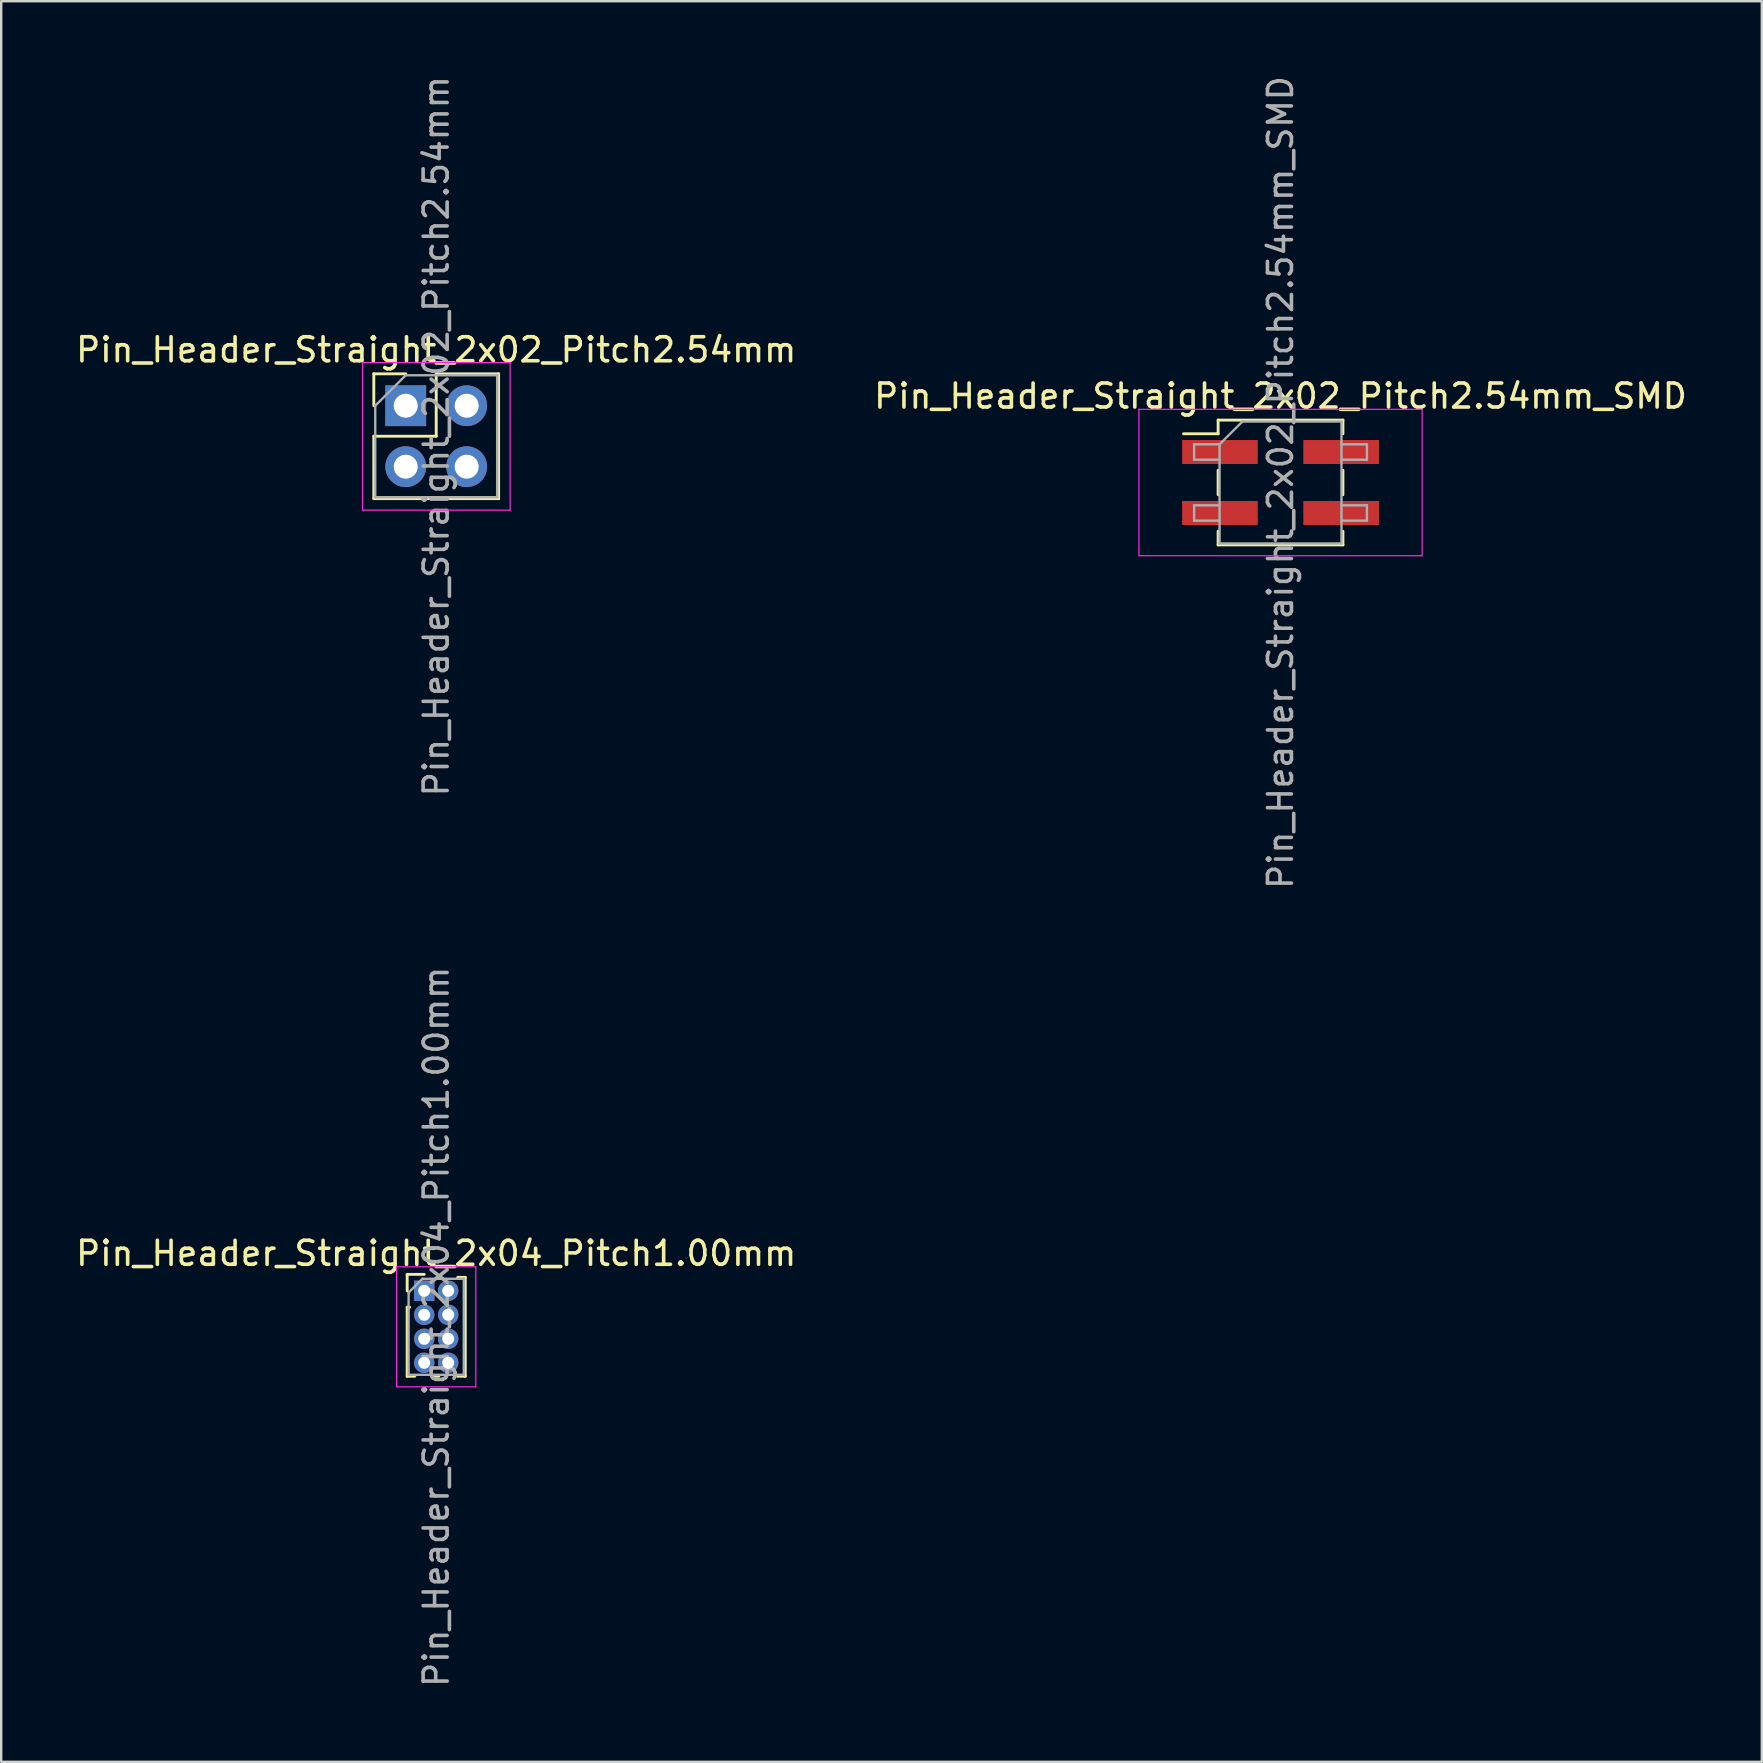
<source format=kicad_pcb>
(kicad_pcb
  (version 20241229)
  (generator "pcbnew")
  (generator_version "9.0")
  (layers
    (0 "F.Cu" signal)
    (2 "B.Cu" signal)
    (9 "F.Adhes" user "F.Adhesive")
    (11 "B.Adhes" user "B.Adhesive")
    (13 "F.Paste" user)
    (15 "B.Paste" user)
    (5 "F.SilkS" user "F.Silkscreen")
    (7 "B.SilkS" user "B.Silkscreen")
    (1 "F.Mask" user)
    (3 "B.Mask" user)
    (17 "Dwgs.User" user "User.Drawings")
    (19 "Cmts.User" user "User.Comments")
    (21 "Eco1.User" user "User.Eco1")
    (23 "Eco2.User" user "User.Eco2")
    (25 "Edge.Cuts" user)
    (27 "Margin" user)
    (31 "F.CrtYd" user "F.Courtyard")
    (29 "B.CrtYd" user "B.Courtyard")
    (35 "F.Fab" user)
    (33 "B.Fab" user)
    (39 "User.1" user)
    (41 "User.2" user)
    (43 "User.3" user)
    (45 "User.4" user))
  (footprint "Pin_Header_Straight_2x02_Pitch2.54mm"
    (layer "F.Cu")
    (at 13.855 13.855)
    (property "Reference" "Pin_Header_Straight_2x02_Pitch2.54mm" (at 1.27 -2.33 0) (layer "F.SilkS") (effects (font (size 1 1) (thickness 0.15))))
    (attr through_hole)
    (fp_line (start -1.33 -1.33) (end 0 -1.33) (stroke (width 0.12) (type solid)) (layer "F.SilkS"))
    (fp_line (start -1.33 0) (end -1.33 -1.33) (stroke (width 0.12) (type solid)) (layer "F.SilkS"))
    (fp_line (start -1.33 1.27) (end -1.33 3.87) (stroke (width 0.12) (type solid)) (layer "F.SilkS"))
    (fp_line (start -1.33 1.27) (end 1.27 1.27) (stroke (width 0.12) (type solid)) (layer "F.SilkS"))
    (fp_line (start -1.33 3.87) (end 3.87 3.87) (stroke (width 0.12) (type solid)) (layer "F.SilkS"))
    (fp_line (start 1.27 -1.33) (end 3.87 -1.33) (stroke (width 0.12) (type solid)) (layer "F.SilkS"))
    (fp_line (start 1.27 1.27) (end 1.27 -1.33) (stroke (width 0.12) (type solid)) (layer "F.SilkS"))
    (fp_line (start 3.87 -1.33) (end 3.87 3.87) (stroke (width 0.12) (type solid)) (layer "F.SilkS"))
    (fp_line (start -1.8 -1.8) (end -1.8 4.35) (stroke (width 0.05) (type solid)) (layer "F.CrtYd"))
    (fp_line (start -1.8 4.35) (end 4.35 4.35) (stroke (width 0.05) (type solid)) (layer "F.CrtYd"))
    (fp_line (start 4.35 -1.8) (end -1.8 -1.8) (stroke (width 0.05) (type solid)) (layer "F.CrtYd"))
    (fp_line (start 4.35 4.35) (end 4.35 -1.8) (stroke (width 0.05) (type solid)) (layer "F.CrtYd"))
    (fp_line (start -1.27 0) (end 0 -1.27) (stroke (width 0.1) (type solid)) (layer "F.Fab"))
    (fp_line (start -1.27 3.81) (end -1.27 0) (stroke (width 0.1) (type solid)) (layer "F.Fab"))
    (fp_line (start 0 -1.27) (end 3.81 -1.27) (stroke (width 0.1) (type solid)) (layer "F.Fab"))
    (fp_line (start 3.81 -1.27) (end 3.81 3.81) (stroke (width 0.1) (type solid)) (layer "F.Fab"))
    (fp_line (start 3.81 3.81) (end -1.27 3.81) (stroke (width 0.1) (type solid)) (layer "F.Fab"))
    (fp_text user "${REFERENCE}" (at 1.27 1.27 90) (layer "F.Fab") (effects (font (size 1 1) (thickness 0.15))))
    (pad "1" thru_hole rect (at 0 0) (size 1.7 1.7) (drill 1) (layers "*.Cu" "*.Mask"))
    (pad "2" thru_hole oval (at 2.54 0) (size 1.7 1.7) (drill 1) (layers "*.Cu" "*.Mask"))
    (pad "3" thru_hole oval (at 0 2.54) (size 1.7 1.7) (drill 1) (layers "*.Cu" "*.Mask"))
    (pad "4" thru_hole oval (at 2.54 2.54) (size 1.7 1.7) (drill 1) (layers "*.Cu" "*.Mask")))
  (footprint "Pin_Header_Straight_2x02_Pitch2.54mm_SMD"
    (layer "F.Cu")
    (at 50.304 17.054)
    (property "Reference" "Pin_Header_Straight_2x02_Pitch2.54mm_SMD" (at 0 -3.6 0) (layer "F.SilkS") (effects (font (size 1 1) (thickness 0.15))))
    (attr smd)
    (fp_line (start -4.04 -2.03) (end -2.6 -2.03) (stroke (width 0.12) (type solid)) (layer "F.SilkS"))
    (fp_line (start -2.6 -2.6) (end -2.6 -2.03) (stroke (width 0.12) (type solid)) (layer "F.SilkS"))
    (fp_line (start -2.6 -2.6) (end 2.6 -2.6) (stroke (width 0.12) (type solid)) (layer "F.SilkS"))
    (fp_line (start -2.6 -0.51) (end -2.6 0.51) (stroke (width 0.12) (type solid)) (layer "F.SilkS"))
    (fp_line (start -2.6 2.03) (end -2.6 2.6) (stroke (width 0.12) (type solid)) (layer "F.SilkS"))
    (fp_line (start -2.6 2.6) (end 2.6 2.6) (stroke (width 0.12) (type solid)) (layer "F.SilkS"))
    (fp_line (start 2.6 -2.6) (end 2.6 -2.03) (stroke (width 0.12) (type solid)) (layer "F.SilkS"))
    (fp_line (start 2.6 -0.51) (end 2.6 0.51) (stroke (width 0.12) (type solid)) (layer "F.SilkS"))
    (fp_line (start 2.6 2.03) (end 2.6 2.6) (stroke (width 0.12) (type solid)) (layer "F.SilkS"))
    (fp_line (start -5.9 -3.05) (end -5.9 3.05) (stroke (width 0.05) (type solid)) (layer "F.CrtYd"))
    (fp_line (start -5.9 3.05) (end 5.9 3.05) (stroke (width 0.05) (type solid)) (layer "F.CrtYd"))
    (fp_line (start 5.9 -3.05) (end -5.9 -3.05) (stroke (width 0.05) (type solid)) (layer "F.CrtYd"))
    (fp_line (start 5.9 3.05) (end 5.9 -3.05) (stroke (width 0.05) (type solid)) (layer "F.CrtYd"))
    (fp_line (start -3.6 -1.59) (end -3.6 -0.95) (stroke (width 0.1) (type solid)) (layer "F.Fab"))
    (fp_line (start -3.6 -0.95) (end -2.54 -0.95) (stroke (width 0.1) (type solid)) (layer "F.Fab"))
    (fp_line (start -3.6 0.95) (end -3.6 1.59) (stroke (width 0.1) (type solid)) (layer "F.Fab"))
    (fp_line (start -3.6 1.59) (end -2.54 1.59) (stroke (width 0.1) (type solid)) (layer "F.Fab"))
    (fp_line (start -2.54 -1.59) (end -3.6 -1.59) (stroke (width 0.1) (type solid)) (layer "F.Fab"))
    (fp_line (start -2.54 -1.59) (end -1.59 -2.54) (stroke (width 0.1) (type solid)) (layer "F.Fab"))
    (fp_line (start -2.54 0.95) (end -3.6 0.95) (stroke (width 0.1) (type solid)) (layer "F.Fab"))
    (fp_line (start -2.54 2.54) (end -2.54 -1.59) (stroke (width 0.1) (type solid)) (layer "F.Fab"))
    (fp_line (start -1.59 -2.54) (end 2.54 -2.54) (stroke (width 0.1) (type solid)) (layer "F.Fab"))
    (fp_line (start 2.54 -2.54) (end 2.54 2.54) (stroke (width 0.1) (type solid)) (layer "F.Fab"))
    (fp_line (start 2.54 -1.59) (end 3.6 -1.59) (stroke (width 0.1) (type solid)) (layer "F.Fab"))
    (fp_line (start 2.54 0.95) (end 3.6 0.95) (stroke (width 0.1) (type solid)) (layer "F.Fab"))
    (fp_line (start 2.54 2.54) (end -2.54 2.54) (stroke (width 0.1) (type solid)) (layer "F.Fab"))
    (fp_line (start 3.6 -1.59) (end 3.6 -0.95) (stroke (width 0.1) (type solid)) (layer "F.Fab"))
    (fp_line (start 3.6 -0.95) (end 2.54 -0.95) (stroke (width 0.1) (type solid)) (layer "F.Fab"))
    (fp_line (start 3.6 0.95) (end 3.6 1.59) (stroke (width 0.1) (type solid)) (layer "F.Fab"))
    (fp_line (start 3.6 1.59) (end 2.54 1.59) (stroke (width 0.1) (type solid)) (layer "F.Fab"))
    (fp_text user "${REFERENCE}" (at 0 0 90) (layer "F.Fab") (effects (font (size 1 1) (thickness 0.15))))
    (pad "1" smd rect (at -2.525 -1.27) (size 3.15 1) (layers "F.Cu" "F.Mask" "F.Paste"))
    (pad "2" smd rect (at 2.525 -1.27) (size 3.15 1) (layers "F.Cu" "F.Mask" "F.Paste"))
    (pad "3" smd rect (at -2.525 1.27) (size 3.15 1) (layers "F.Cu" "F.Mask" "F.Paste"))
    (pad "4" smd rect (at 2.525 1.27) (size 3.15 1) (layers "F.Cu" "F.Mask" "F.Paste")))
  (footprint "Pin_Header_Straight_2x04_Pitch1.00mm"
    (layer "F.Cu")
    (at 14.625 50.732)
    (property "Reference" "Pin_Header_Straight_2x04_Pitch1.00mm" (at 0.5 -1.56 0) (layer "F.SilkS") (effects (font (size 1 1) (thickness 0.15))))
    (attr through_hole)
    (fp_line (start -0.71 -0.685) (end 0 -0.685) (stroke (width 0.12) (type solid)) (layer "F.SilkS"))
    (fp_line (start -0.71 0) (end -0.71 -0.685) (stroke (width 0.12) (type solid)) (layer "F.SilkS"))
    (fp_line (start -0.71 0.685) (end -0.71 3.56) (stroke (width 0.12) (type solid)) (layer "F.SilkS"))
    (fp_line (start -0.71 0.685) (end -0.608 0.685) (stroke (width 0.12) (type solid)) (layer "F.SilkS"))
    (fp_line (start -0.71 3.56) (end -0.394 3.56) (stroke (width 0.12) (type solid)) (layer "F.SilkS"))
    (fp_line (start 0.394 3.56) (end 0.606 3.56) (stroke (width 0.12) (type solid)) (layer "F.SilkS"))
    (fp_line (start 1.394 -0.56) (end 1.71 -0.56) (stroke (width 0.12) (type solid)) (layer "F.SilkS"))
    (fp_line (start 1.394 3.56) (end 1.71 3.56) (stroke (width 0.12) (type solid)) (layer "F.SilkS"))
    (fp_line (start 1.71 -0.56) (end 1.71 3.56) (stroke (width 0.12) (type solid)) (layer "F.SilkS"))
    (fp_line (start -1.15 -1) (end -1.15 4) (stroke (width 0.05) (type solid)) (layer "F.CrtYd"))
    (fp_line (start -1.15 4) (end 2.15 4) (stroke (width 0.05) (type solid)) (layer "F.CrtYd"))
    (fp_line (start 2.15 -1) (end -1.15 -1) (stroke (width 0.05) (type solid)) (layer "F.CrtYd"))
    (fp_line (start 2.15 4) (end 2.15 -1) (stroke (width 0.05) (type solid)) (layer "F.CrtYd"))
    (fp_line (start -0.65 0.075) (end -0.075 -0.5) (stroke (width 0.1) (type solid)) (layer "F.Fab"))
    (fp_line (start -0.65 3.5) (end -0.65 0.075) (stroke (width 0.1) (type solid)) (layer "F.Fab"))
    (fp_line (start -0.075 -0.5) (end 1.65 -0.5) (stroke (width 0.1) (type solid)) (layer "F.Fab"))
    (fp_line (start 1.65 -0.5) (end 1.65 3.5) (stroke (width 0.1) (type solid)) (layer "F.Fab"))
    (fp_line (start 1.65 3.5) (end -0.65 3.5) (stroke (width 0.1) (type solid)) (layer "F.Fab"))
    (fp_text user "${REFERENCE}" (at 0.5 1.5 90) (layer "F.Fab") (effects (font (size 1 1) (thickness 0.15))))
    (pad "1" thru_hole rect (at 0 0) (size 0.85 0.85) (drill 0.5) (layers "*.Cu" "*.Mask"))
    (pad "2" thru_hole oval (at 1 0) (size 0.85 0.85) (drill 0.5) (layers "*.Cu" "*.Mask"))
    (pad "3" thru_hole oval (at 0 1) (size 0.85 0.85) (drill 0.5) (layers "*.Cu" "*.Mask"))
    (pad "4" thru_hole oval (at 1 1) (size 0.85 0.85) (drill 0.5) (layers "*.Cu" "*.Mask"))
    (pad "5" thru_hole oval (at 0 2) (size 0.85 0.85) (drill 0.5) (layers "*.Cu" "*.Mask"))
    (pad "6" thru_hole oval (at 1 2) (size 0.85 0.85) (drill 0.5) (layers "*.Cu" "*.Mask"))
    (pad "7" thru_hole oval (at 0 3) (size 0.85 0.85) (drill 0.5) (layers "*.Cu" "*.Mask"))
    (pad "8" thru_hole oval (at 1 3) (size 0.85 0.85) (drill 0.5) (layers "*.Cu" "*.Mask")))
  (gr_rect
    (start -3 -3)
    (end 70.357 70.357)
    (stroke (width 0.1) (type default))
    (fill no)
    (layer "Edge.Cuts")))
</source>
